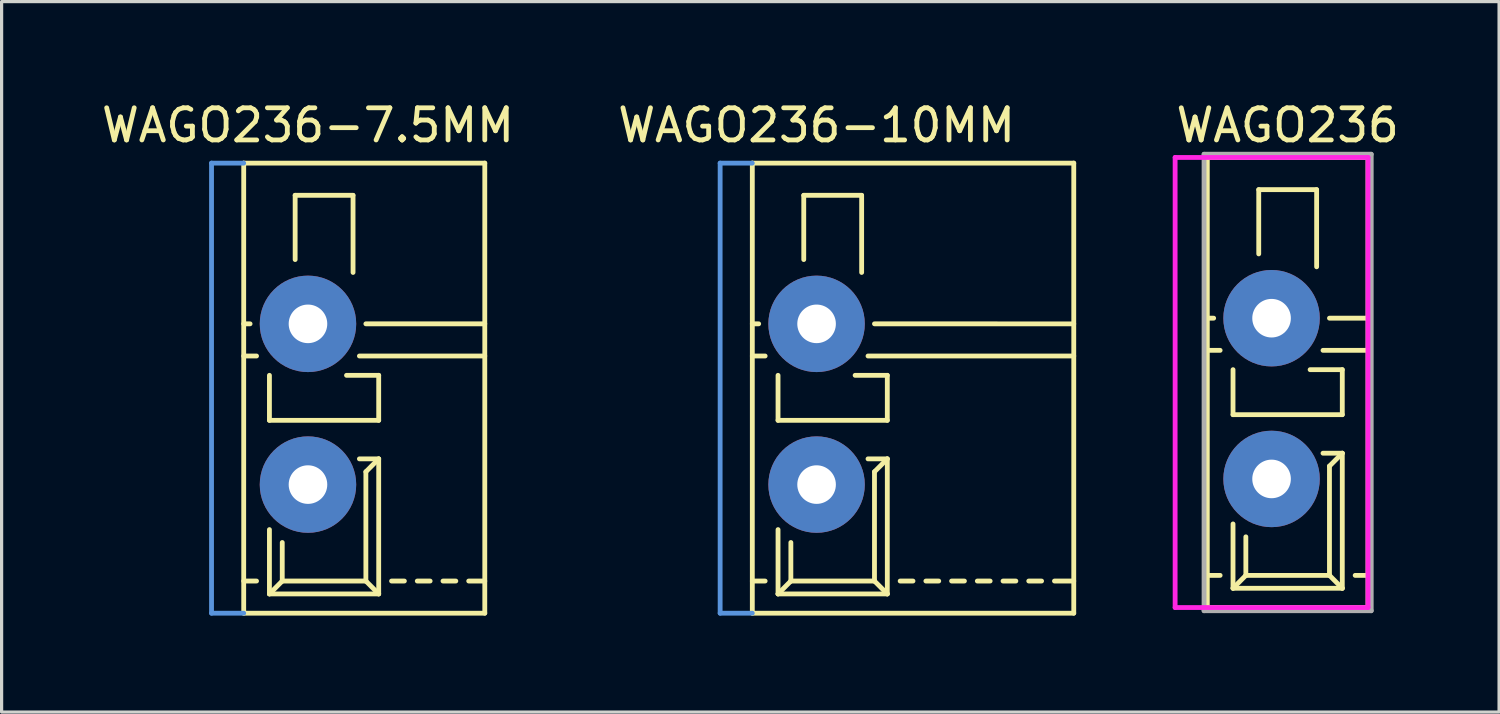
<source format=kicad_pcb>
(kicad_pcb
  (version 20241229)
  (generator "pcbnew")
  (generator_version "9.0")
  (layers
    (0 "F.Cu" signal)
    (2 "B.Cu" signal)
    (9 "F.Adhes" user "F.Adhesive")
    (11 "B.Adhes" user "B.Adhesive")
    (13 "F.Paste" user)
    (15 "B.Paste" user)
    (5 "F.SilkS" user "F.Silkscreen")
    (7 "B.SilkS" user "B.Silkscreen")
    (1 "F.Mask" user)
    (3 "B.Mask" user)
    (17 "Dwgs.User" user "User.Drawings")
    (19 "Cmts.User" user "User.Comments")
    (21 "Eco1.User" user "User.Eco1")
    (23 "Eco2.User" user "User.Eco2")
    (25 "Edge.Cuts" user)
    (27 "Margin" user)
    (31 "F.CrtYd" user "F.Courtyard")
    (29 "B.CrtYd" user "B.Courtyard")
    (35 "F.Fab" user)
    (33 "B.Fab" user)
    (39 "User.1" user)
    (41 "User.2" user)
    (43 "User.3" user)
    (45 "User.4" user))
  (footprint "WAGO236-7.5MM"
    (layer "F.Cu")
    (at 6.53 12.024)
    (property "Reference" "WAGO236-7.5MM" (at 0 -11.176 0) (layer "F.SilkS") (effects (font (size 1 1) (thickness 0.15))))
    (attr through_hole)
    (fp_line (start -1.999 -10) (end 5.5 -10) (stroke (width 0.15) (type solid)) (layer "F.SilkS"))
    (fp_line (start -1.999 -5.001) (end -1.801 -5.001) (stroke (width 0.15) (type solid)) (layer "F.SilkS"))
    (fp_line (start -1.999 3) (end -1.6 3) (stroke (width 0.15) (type solid)) (layer "F.SilkS"))
    (fp_line (start -1.999 4) (end -1.999 -10) (stroke (width 0.15) (type solid)) (layer "F.SilkS"))
    (fp_line (start -1.999 4) (end 5.5 4) (stroke (width 0.15) (type solid)) (layer "F.SilkS"))
    (fp_line (start -1.6 -4) (end -1.999 -4) (stroke (width 0.15) (type solid)) (layer "F.SilkS"))
    (fp_line (start -1.199 -3.399) (end -1.199 -1.999) (stroke (width 0.15) (type solid)) (layer "F.SilkS"))
    (fp_line (start -1.199 -1.999) (end 2.2 -1.999) (stroke (width 0.15) (type solid)) (layer "F.SilkS"))
    (fp_line (start -1.199 3.401) (end -1.199 1.4) (stroke (width 0.15) (type solid)) (layer "F.SilkS"))
    (fp_line (start -1.199 3.401) (end -0.8 3) (stroke (width 0.15) (type solid)) (layer "F.SilkS"))
    (fp_line (start -0.8 3) (end -0.8 1.801) (stroke (width 0.15) (type solid)) (layer "F.SilkS"))
    (fp_line (start -0.399 -8.999) (end 1.4 -8.999) (stroke (width 0.15) (type solid)) (layer "F.SilkS"))
    (fp_line (start -0.399 -7) (end -0.399 -8.999) (stroke (width 0.15) (type solid)) (layer "F.SilkS"))
    (fp_line (start 1.402 -8.999) (end 1.402 -6.599) (stroke (width 0.15) (type solid)) (layer "F.SilkS"))
    (fp_line (start 1.6 -4) (end 5.5 -4) (stroke (width 0.15) (type solid)) (layer "F.SilkS"))
    (fp_line (start 1.6 -0.8) (end 2.2 -0.8) (stroke (width 0.15) (type solid)) (layer "F.SilkS"))
    (fp_line (start 1.801 -5.001) (end 5.5 -5.001) (stroke (width 0.15) (type solid)) (layer "F.SilkS"))
    (fp_line (start 1.801 -0.399) (end 2.2 -0.8) (stroke (width 0.15) (type solid)) (layer "F.SilkS"))
    (fp_line (start 1.801 3) (end -0.8 3) (stroke (width 0.15) (type solid)) (layer "F.SilkS"))
    (fp_line (start 1.801 3) (end 1.801 -0.399) (stroke (width 0.15) (type solid)) (layer "F.SilkS"))
    (fp_line (start 2.2 -3.399) (end 1.199 -3.399) (stroke (width 0.15) (type solid)) (layer "F.SilkS"))
    (fp_line (start 2.2 -1.999) (end 2.2 -3.399) (stroke (width 0.15) (type solid)) (layer "F.SilkS"))
    (fp_line (start 2.2 -0.8) (end 2.2 3.401) (stroke (width 0.15) (type solid)) (layer "F.SilkS"))
    (fp_line (start 2.2 3.401) (end -1.199 3.401) (stroke (width 0.15) (type solid)) (layer "F.SilkS"))
    (fp_line (start 2.2 3.401) (end 1.801 3) (stroke (width 0.15) (type solid)) (layer "F.SilkS"))
    (fp_line (start 2.6 3) (end 2.999 3) (stroke (width 0.15) (type solid)) (layer "F.SilkS"))
    (fp_line (start 3.4 3) (end 3.8 3) (stroke (width 0.15) (type solid)) (layer "F.SilkS"))
    (fp_line (start 4.2 3) (end 4.599 3) (stroke (width 0.15) (type solid)) (layer "F.SilkS"))
    (fp_line (start 5 3) (end 5.5 3) (stroke (width 0.15) (type solid)) (layer "F.SilkS"))
    (fp_line (start 5.5 -10) (end 5.5 4) (stroke (width 0.15) (type solid)) (layer "F.SilkS"))
    (fp_line (start -3 -10) (end -2 -10) (stroke (width 0.15) (type solid)) (layer "Cmts.User"))
    (fp_line (start -3 4) (end -3 -10) (stroke (width 0.15) (type solid)) (layer "Cmts.User"))
    (fp_line (start -2 4) (end -3 4) (stroke (width 0.15) (type solid)) (layer "Cmts.User"))
    (pad "1" thru_hole circle (at 0 -5) (size 3 3) (drill 1.2) (layers "*.Cu" "*.Mask"))
    (pad "1" thru_hole circle (at 0 0) (size 3 3) (drill 1.2) (layers "*.Cu" "*.Mask")))
  (footprint "WAGO236-10MM"
    (layer "F.Cu")
    (at 22.351 12.024)
    (property "Reference" "WAGO236-10MM" (at 0 -11.176 0) (layer "F.SilkS") (effects (font (size 1 1) (thickness 0.15))))
    (attr through_hole)
    (fp_line (start -1.999 -10) (end 8 -10) (stroke (width 0.15) (type solid)) (layer "F.SilkS"))
    (fp_line (start -1.999 -5.001) (end -1.801 -5.001) (stroke (width 0.15) (type solid)) (layer "F.SilkS"))
    (fp_line (start -1.999 3) (end -1.6 3) (stroke (width 0.15) (type solid)) (layer "F.SilkS"))
    (fp_line (start -1.999 4) (end -1.999 -10) (stroke (width 0.15) (type solid)) (layer "F.SilkS"))
    (fp_line (start -1.999 4) (end 8 4) (stroke (width 0.15) (type solid)) (layer "F.SilkS"))
    (fp_line (start -1.6 -4) (end -1.999 -4) (stroke (width 0.15) (type solid)) (layer "F.SilkS"))
    (fp_line (start -1.199 -3.399) (end -1.199 -1.999) (stroke (width 0.15) (type solid)) (layer "F.SilkS"))
    (fp_line (start -1.199 -1.999) (end 2.2 -1.999) (stroke (width 0.15) (type solid)) (layer "F.SilkS"))
    (fp_line (start -1.199 3.401) (end -1.199 1.4) (stroke (width 0.15) (type solid)) (layer "F.SilkS"))
    (fp_line (start -1.199 3.401) (end -0.8 3) (stroke (width 0.15) (type solid)) (layer "F.SilkS"))
    (fp_line (start -0.8 3) (end -0.8 1.801) (stroke (width 0.15) (type solid)) (layer "F.SilkS"))
    (fp_line (start -0.399 -8.999) (end 1.4 -8.999) (stroke (width 0.15) (type solid)) (layer "F.SilkS"))
    (fp_line (start -0.399 -7) (end -0.399 -8.999) (stroke (width 0.15) (type solid)) (layer "F.SilkS"))
    (fp_line (start 1.402 -8.999) (end 1.402 -6.599) (stroke (width 0.15) (type solid)) (layer "F.SilkS"))
    (fp_line (start 1.6 -4) (end 8 -4) (stroke (width 0.15) (type solid)) (layer "F.SilkS"))
    (fp_line (start 1.6 -0.8) (end 2.2 -0.8) (stroke (width 0.15) (type solid)) (layer "F.SilkS"))
    (fp_line (start 1.801 -5.001) (end 8 -5) (stroke (width 0.15) (type solid)) (layer "F.SilkS"))
    (fp_line (start 1.801 -0.399) (end 2.2 -0.8) (stroke (width 0.15) (type solid)) (layer "F.SilkS"))
    (fp_line (start 1.801 3) (end -0.8 3) (stroke (width 0.15) (type solid)) (layer "F.SilkS"))
    (fp_line (start 1.801 3) (end 1.801 -0.399) (stroke (width 0.15) (type solid)) (layer "F.SilkS"))
    (fp_line (start 2.2 -3.399) (end 1.199 -3.399) (stroke (width 0.15) (type solid)) (layer "F.SilkS"))
    (fp_line (start 2.2 -1.999) (end 2.2 -3.399) (stroke (width 0.15) (type solid)) (layer "F.SilkS"))
    (fp_line (start 2.2 -0.8) (end 2.2 3.401) (stroke (width 0.15) (type solid)) (layer "F.SilkS"))
    (fp_line (start 2.2 3.401) (end -1.199 3.401) (stroke (width 0.15) (type solid)) (layer "F.SilkS"))
    (fp_line (start 2.2 3.401) (end 1.801 3) (stroke (width 0.15) (type solid)) (layer "F.SilkS"))
    (fp_line (start 2.6 3) (end 2.999 3) (stroke (width 0.15) (type solid)) (layer "F.SilkS"))
    (fp_line (start 3.4 3) (end 3.8 3) (stroke (width 0.15) (type solid)) (layer "F.SilkS"))
    (fp_line (start 4.2 3) (end 4.599 3) (stroke (width 0.15) (type solid)) (layer "F.SilkS"))
    (fp_line (start 5 3) (end 5.399 3) (stroke (width 0.15) (type solid)) (layer "F.SilkS"))
    (fp_line (start 5.8 3) (end 6.199 3) (stroke (width 0.15) (type solid)) (layer "F.SilkS"))
    (fp_line (start 6.6 3) (end 6.999 3) (stroke (width 0.15) (type solid)) (layer "F.SilkS"))
    (fp_line (start 7.4 3) (end 8 3) (stroke (width 0.15) (type solid)) (layer "F.SilkS"))
    (fp_line (start 8 -10) (end 8 4) (stroke (width 0.15) (type solid)) (layer "F.SilkS"))
    (fp_line (start -3 -10) (end -2 -10) (stroke (width 0.15) (type solid)) (layer "Cmts.User"))
    (fp_line (start -3 4) (end -3 -10) (stroke (width 0.15) (type solid)) (layer "Cmts.User"))
    (fp_line (start -2 4) (end -3 4) (stroke (width 0.15) (type solid)) (layer "Cmts.User"))
    (pad "1" thru_hole circle (at 0 -5) (size 3 3) (drill 1.2) (layers "*.Cu" "*.Mask"))
    (pad "1" thru_hole circle (at 0 0) (size 3 3) (drill 1.2) (layers "*.Cu" "*.Mask")))
  (footprint "WAGO236"
    (layer "F.Cu")
    (at 36.504 11.848)
    (property "Reference" "WAGO236" (at 0.5 -11 0) (layer "F.SilkS") (effects (font (size 1 1) (thickness 0.15))))
    (attr through_hole)
    (fp_line (start -1.999 -10) (end 3 -10) (stroke (width 0.15) (type solid)) (layer "F.SilkS"))
    (fp_line (start -1.999 -5.001) (end -1.801 -5.001) (stroke (width 0.15) (type solid)) (layer "F.SilkS"))
    (fp_line (start -1.999 3) (end -1.6 3) (stroke (width 0.15) (type solid)) (layer "F.SilkS"))
    (fp_line (start -1.999 4) (end -1.999 -10) (stroke (width 0.15) (type solid)) (layer "F.SilkS"))
    (fp_line (start -1.999 4) (end 3 4) (stroke (width 0.15) (type solid)) (layer "F.SilkS"))
    (fp_line (start -1.6 -4) (end -1.999 -4) (stroke (width 0.15) (type solid)) (layer "F.SilkS"))
    (fp_line (start -1.199 -3.399) (end -1.199 -1.999) (stroke (width 0.15) (type solid)) (layer "F.SilkS"))
    (fp_line (start -1.199 -1.999) (end 2.2 -1.999) (stroke (width 0.15) (type solid)) (layer "F.SilkS"))
    (fp_line (start -1.199 3.401) (end -1.199 1.4) (stroke (width 0.15) (type solid)) (layer "F.SilkS"))
    (fp_line (start -1.199 3.401) (end -0.8 3) (stroke (width 0.15) (type solid)) (layer "F.SilkS"))
    (fp_line (start -0.8 3) (end -0.8 1.801) (stroke (width 0.15) (type solid)) (layer "F.SilkS"))
    (fp_line (start -0.399 -8.999) (end 1.4 -8.999) (stroke (width 0.15) (type solid)) (layer "F.SilkS"))
    (fp_line (start -0.399 -7) (end -0.399 -8.999) (stroke (width 0.15) (type solid)) (layer "F.SilkS"))
    (fp_line (start 1.402 -8.999) (end 1.402 -6.599) (stroke (width 0.15) (type solid)) (layer "F.SilkS"))
    (fp_line (start 1.6 -4) (end 3 -4) (stroke (width 0.15) (type solid)) (layer "F.SilkS"))
    (fp_line (start 1.6 -0.8) (end 2.2 -0.8) (stroke (width 0.15) (type solid)) (layer "F.SilkS"))
    (fp_line (start 1.801 -5.001) (end 3 -5.001) (stroke (width 0.15) (type solid)) (layer "F.SilkS"))
    (fp_line (start 1.801 -0.399) (end 2.2 -0.8) (stroke (width 0.15) (type solid)) (layer "F.SilkS"))
    (fp_line (start 1.801 3) (end -0.8 3) (stroke (width 0.15) (type solid)) (layer "F.SilkS"))
    (fp_line (start 1.801 3) (end 1.801 -0.399) (stroke (width 0.15) (type solid)) (layer "F.SilkS"))
    (fp_line (start 2.2 -3.399) (end 1.199 -3.399) (stroke (width 0.15) (type solid)) (layer "F.SilkS"))
    (fp_line (start 2.2 -1.999) (end 2.2 -3.399) (stroke (width 0.15) (type solid)) (layer "F.SilkS"))
    (fp_line (start 2.2 -0.8) (end 2.2 3.401) (stroke (width 0.15) (type solid)) (layer "F.SilkS"))
    (fp_line (start 2.2 3.401) (end -1.199 3.401) (stroke (width 0.15) (type solid)) (layer "F.SilkS"))
    (fp_line (start 2.2 3.401) (end 1.801 3) (stroke (width 0.15) (type solid)) (layer "F.SilkS"))
    (fp_line (start 2.601 3) (end 3 3) (stroke (width 0.15) (type solid)) (layer "F.SilkS"))
    (fp_line (start 3 -10) (end 3 4) (stroke (width 0.15) (type solid)) (layer "F.SilkS"))
    (fp_line (start -3 -10) (end 3 -10) (stroke (width 0.15) (type solid)) (layer "F.CrtYd"))
    (fp_line (start -3 4) (end -3 -10) (stroke (width 0.15) (type solid)) (layer "F.CrtYd"))
    (fp_line (start 3 4) (end -3 4) (stroke (width 0.15) (type solid)) (layer "F.CrtYd"))
    (fp_line (start 3 4) (end 3 -10) (stroke (width 0.15) (type solid)) (layer "F.CrtYd"))
    (fp_line (start -2.1 -10.1) (end 3.1 -10.1) (stroke (width 0.15) (type solid)) (layer "F.Fab"))
    (fp_line (start -2.1 4.1) (end -2.1 -10.1) (stroke (width 0.15) (type solid)) (layer "F.Fab"))
    (fp_line (start 3.1 -10.1) (end 3.1 4.1) (stroke (width 0.15) (type solid)) (layer "F.Fab"))
    (fp_line (start 3.1 4.1) (end -2.1 4.1) (stroke (width 0.15) (type solid)) (layer "F.Fab"))
    (pad "1" thru_hole circle (at 0 -5) (size 3 3) (drill 1.2) (layers "*.Cu" "*.Mask"))
    (pad "1" thru_hole circle (at 0 0) (size 3 3) (drill 1.2) (layers "*.Cu" "*.Mask")))
  (gr_rect
    (start -3 -3)
    (end 43.581 19.1)
    (stroke (width 0.1) (type default))
    (fill no)
    (layer "Edge.Cuts")))
</source>
